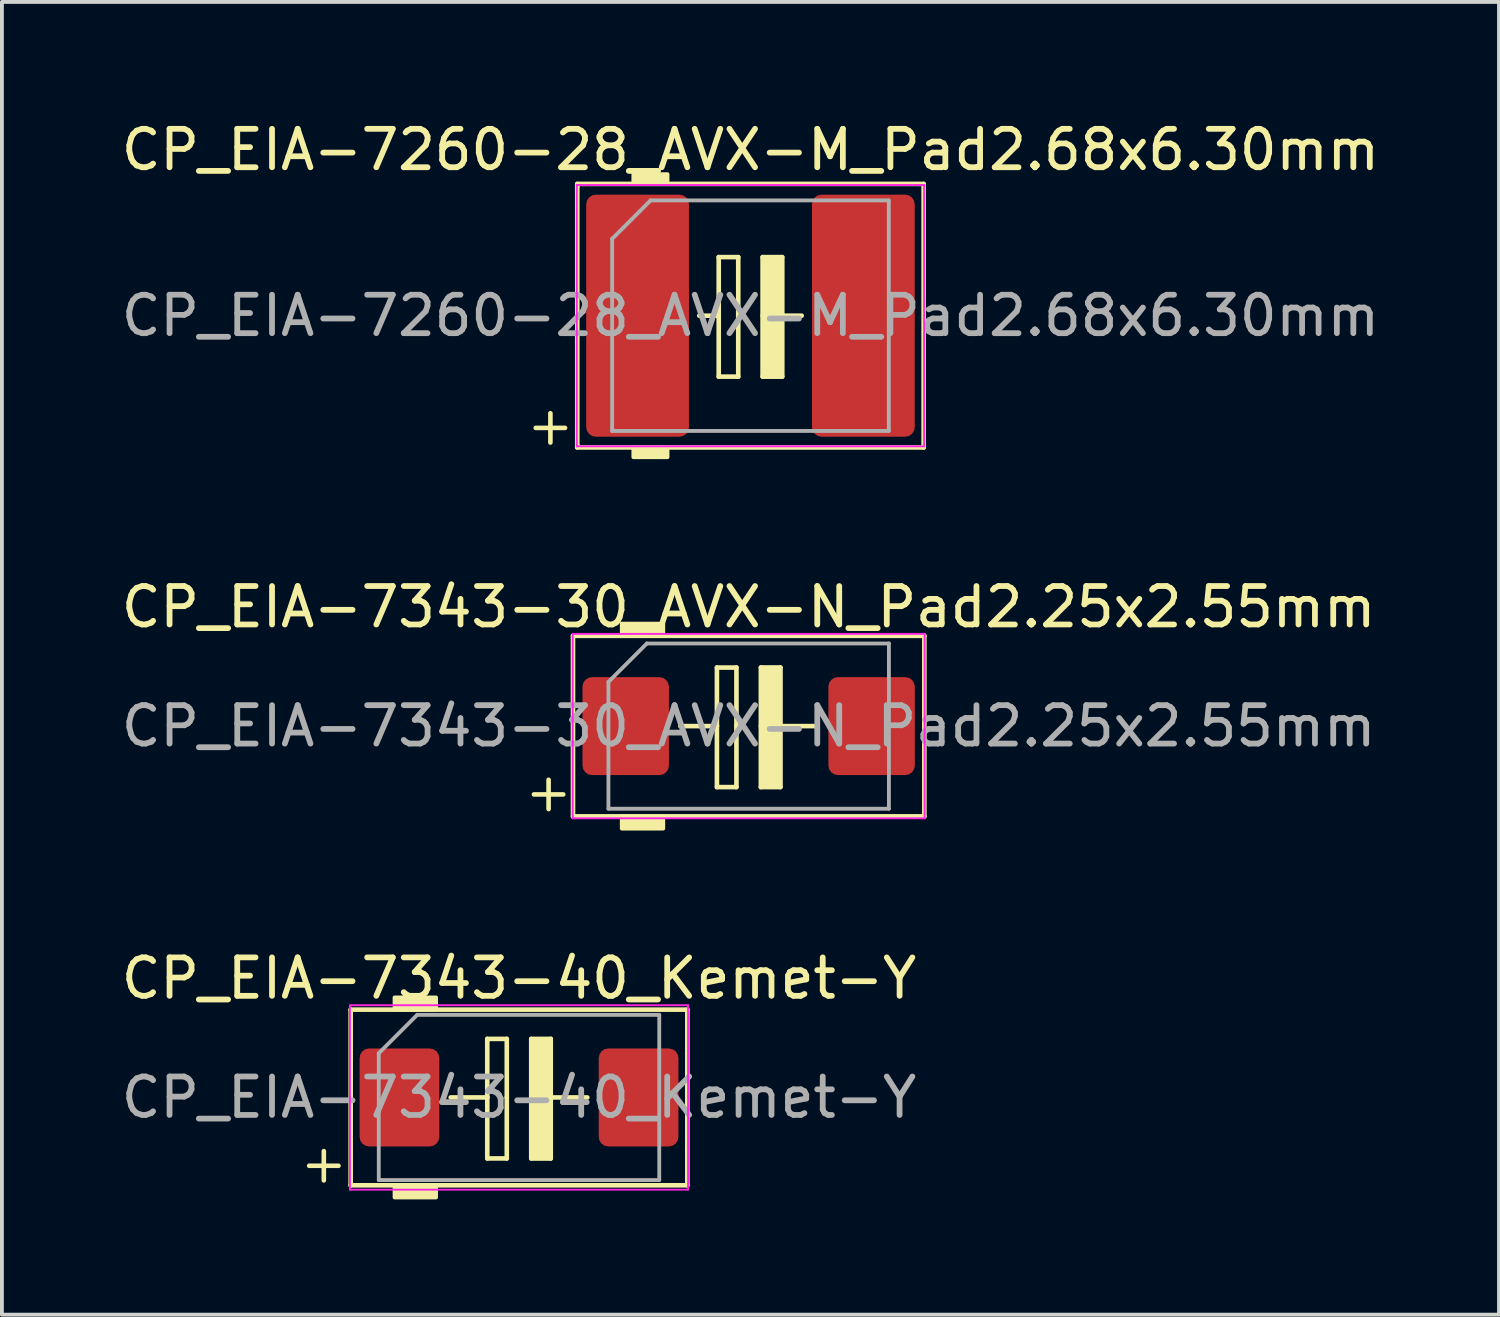
<source format=kicad_pcb>
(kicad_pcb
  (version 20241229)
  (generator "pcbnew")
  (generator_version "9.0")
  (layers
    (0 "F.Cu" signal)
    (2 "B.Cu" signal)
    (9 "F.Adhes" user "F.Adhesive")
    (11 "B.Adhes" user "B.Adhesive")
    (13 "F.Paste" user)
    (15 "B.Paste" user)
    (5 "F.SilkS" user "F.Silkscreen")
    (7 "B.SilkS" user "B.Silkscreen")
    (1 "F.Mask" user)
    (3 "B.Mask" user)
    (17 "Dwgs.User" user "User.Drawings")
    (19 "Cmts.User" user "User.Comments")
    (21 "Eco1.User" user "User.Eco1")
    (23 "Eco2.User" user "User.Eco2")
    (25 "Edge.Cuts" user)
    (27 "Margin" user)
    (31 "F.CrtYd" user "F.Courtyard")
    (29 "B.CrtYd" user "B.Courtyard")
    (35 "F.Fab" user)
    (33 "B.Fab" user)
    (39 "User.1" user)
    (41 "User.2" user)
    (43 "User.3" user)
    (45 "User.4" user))
  (footprint "CP_EIA-7343-40_Kemet-Y"
    (layer "F.Cu")
    (at 10.458 25.513)
    (property "Reference" "CP_EIA-7343-40_Kemet-Y" (at 0 -3.1 0) (layer "F.SilkS") (effects (font (size 1 1) (thickness 0.15))))
    (attr smd)
    (fp_line (start -5.461 1.778) (end -4.699 1.778) (stroke (width 0.12) (type solid)) (layer "F.SilkS"))
    (fp_line (start -5.08 1.397) (end -5.08 2.159) (stroke (width 0.12) (type solid)) (layer "F.SilkS"))
    (fp_line (start -4.381 -2.286) (end -4.381 2.286) (stroke (width 0.12) (type solid)) (layer "F.SilkS"))
    (fp_line (start -4.381 2.286) (end 4.381 2.286) (stroke (width 0.12) (type solid)) (layer "F.SilkS"))
    (fp_line (start -1.778 0) (end -0.826 0) (stroke (width 0.12) (type solid)) (layer "F.SilkS"))
    (fp_line (start -0.826 -1.524) (end -0.826 0) (stroke (width 0.12) (type solid)) (layer "F.SilkS"))
    (fp_line (start -0.826 1.587) (end -0.826 0) (stroke (width 0.12) (type solid)) (layer "F.SilkS"))
    (fp_line (start -0.826 1.587) (end -0.318 1.587) (stroke (width 0.12) (type solid)) (layer "F.SilkS"))
    (fp_line (start -0.318 -1.524) (end -0.826 -1.524) (stroke (width 0.12) (type solid)) (layer "F.SilkS"))
    (fp_line (start -0.318 -1.524) (end -0.318 0) (stroke (width 0.12) (type solid)) (layer "F.SilkS"))
    (fp_line (start -0.318 1.587) (end -0.318 0) (stroke (width 0.12) (type solid)) (layer "F.SilkS"))
    (fp_line (start 0.318 -1.524) (end 0.318 0) (stroke (width 0.12) (type solid)) (layer "F.SilkS"))
    (fp_line (start 0.318 1.587) (end 0.318 0) (stroke (width 0.12) (type solid)) (layer "F.SilkS"))
    (fp_line (start 0.318 1.587) (end 0.826 1.587) (stroke (width 0.12) (type solid)) (layer "F.SilkS"))
    (fp_line (start 0.826 -1.524) (end 0.318 -1.524) (stroke (width 0.12) (type solid)) (layer "F.SilkS"))
    (fp_line (start 0.826 -1.524) (end 0.826 0) (stroke (width 0.12) (type solid)) (layer "F.SilkS"))
    (fp_line (start 0.826 0) (end 1.778 0) (stroke (width 0.12) (type solid)) (layer "F.SilkS"))
    (fp_line (start 0.826 1.587) (end 0.826 0) (stroke (width 0.12) (type solid)) (layer "F.SilkS"))
    (fp_line (start 4.381 -2.286) (end -4.381 -2.286) (stroke (width 0.12) (type solid)) (layer "F.SilkS"))
    (fp_line (start 4.381 2.286) (end 4.381 -2.286) (stroke (width 0.12) (type solid)) (layer "F.SilkS"))
    (fp_poly (pts (xy -2.159 -2.286) (xy -3.239 -2.286) (xy -3.239 -2.603) (xy -2.159 -2.603)) (stroke (width 0.1) (type solid)) (fill yes) (layer "F.SilkS"))
    (fp_poly (pts (xy -2.159 2.603) (xy -3.239 2.603) (xy -3.239 2.286) (xy -2.159 2.286)) (stroke (width 0.1) (type solid)) (fill yes) (layer "F.SilkS"))
    (fp_poly (pts (xy 0.826 1.587) (xy 0.318 1.587) (xy 0.318 -1.524) (xy 0.826 -1.524)) (stroke (width 0.1) (type solid)) (fill yes) (layer "F.SilkS"))
    (fp_line (start -4.4 -2.4) (end 4.4 -2.4) (stroke (width 0.05) (type solid)) (layer "F.CrtYd"))
    (fp_line (start -4.4 2.4) (end -4.4 -2.4) (stroke (width 0.05) (type solid)) (layer "F.CrtYd"))
    (fp_line (start 4.4 -2.4) (end 4.4 2.4) (stroke (width 0.05) (type solid)) (layer "F.CrtYd"))
    (fp_line (start 4.4 2.4) (end -4.4 2.4) (stroke (width 0.05) (type solid)) (layer "F.CrtYd"))
    (fp_line (start -3.65 -1.15) (end -3.65 2.15) (stroke (width 0.1) (type solid)) (layer "F.Fab"))
    (fp_line (start -3.65 2.15) (end 3.65 2.15) (stroke (width 0.1) (type solid)) (layer "F.Fab"))
    (fp_line (start -2.65 -2.15) (end -3.65 -1.15) (stroke (width 0.1) (type solid)) (layer "F.Fab"))
    (fp_line (start 3.65 -2.15) (end -2.65 -2.15) (stroke (width 0.1) (type solid)) (layer "F.Fab"))
    (fp_line (start 3.65 2.15) (end 3.65 -2.15) (stroke (width 0.1) (type solid)) (layer "F.Fab"))
    (fp_text user "${REFERENCE}" (at 0 0 0) (layer "F.Fab") (effects (font (size 1 1) (thickness 0.15))))
    (pad "1" smd roundrect (at -3.112 0) (size 2.075 2.55) (layers "F.Cu" "F.Mask" "F.Paste") (roundrect_rratio 0.12))
    (pad "2" smd roundrect (at 3.112 0) (size 2.075 2.55) (layers "F.Cu" "F.Mask" "F.Paste") (roundrect_rratio 0.12)))
  (footprint "CP_EIA-7343-30_AVX-N_Pad2.25x2.55mm"
    (layer "F.Cu")
    (at 16.435 15.848)
    (property "Reference" "CP_EIA-7343-30_AVX-N_Pad2.25x2.55mm" (at 0 -3.1 0) (layer "F.SilkS") (effects (font (size 1 1) (thickness 0.15))))
    (attr smd)
    (fp_line (start -5.588 1.778) (end -4.826 1.778) (stroke (width 0.12) (type solid)) (layer "F.SilkS"))
    (fp_line (start -5.207 1.397) (end -5.207 2.159) (stroke (width 0.12) (type solid)) (layer "F.SilkS"))
    (fp_line (start -4.572 -2.349) (end -4.572 2.349) (stroke (width 0.12) (type solid)) (layer "F.SilkS"))
    (fp_line (start -4.572 2.349) (end 4.572 2.349) (stroke (width 0.12) (type solid)) (layer "F.SilkS"))
    (fp_line (start -1.778 0) (end -0.826 0) (stroke (width 0.12) (type solid)) (layer "F.SilkS"))
    (fp_line (start -0.826 -1.524) (end -0.826 0) (stroke (width 0.12) (type solid)) (layer "F.SilkS"))
    (fp_line (start -0.826 1.587) (end -0.826 0) (stroke (width 0.12) (type solid)) (layer "F.SilkS"))
    (fp_line (start -0.826 1.587) (end -0.318 1.587) (stroke (width 0.12) (type solid)) (layer "F.SilkS"))
    (fp_line (start -0.318 -1.524) (end -0.826 -1.524) (stroke (width 0.12) (type solid)) (layer "F.SilkS"))
    (fp_line (start -0.318 -1.524) (end -0.318 0) (stroke (width 0.12) (type solid)) (layer "F.SilkS"))
    (fp_line (start -0.318 1.587) (end -0.318 0) (stroke (width 0.12) (type solid)) (layer "F.SilkS"))
    (fp_line (start 0.318 -1.524) (end 0.318 0) (stroke (width 0.12) (type solid)) (layer "F.SilkS"))
    (fp_line (start 0.318 1.587) (end 0.318 0) (stroke (width 0.12) (type solid)) (layer "F.SilkS"))
    (fp_line (start 0.318 1.587) (end 0.826 1.587) (stroke (width 0.12) (type solid)) (layer "F.SilkS"))
    (fp_line (start 0.826 -1.524) (end 0.318 -1.524) (stroke (width 0.12) (type solid)) (layer "F.SilkS"))
    (fp_line (start 0.826 -1.524) (end 0.826 0) (stroke (width 0.12) (type solid)) (layer "F.SilkS"))
    (fp_line (start 0.826 0) (end 1.778 0) (stroke (width 0.12) (type solid)) (layer "F.SilkS"))
    (fp_line (start 0.826 1.587) (end 0.826 0) (stroke (width 0.12) (type solid)) (layer "F.SilkS"))
    (fp_line (start 4.572 -2.349) (end -4.572 -2.349) (stroke (width 0.12) (type solid)) (layer "F.SilkS"))
    (fp_line (start 4.572 2.349) (end 4.572 -2.349) (stroke (width 0.12) (type solid)) (layer "F.SilkS"))
    (fp_poly (pts (xy -2.223 -2.349) (xy -3.302 -2.349) (xy -3.302 -2.667) (xy -2.223 -2.667)) (stroke (width 0.1) (type solid)) (fill yes) (layer "F.SilkS"))
    (fp_poly (pts (xy -2.223 2.667) (xy -3.302 2.667) (xy -3.302 2.349) (xy -2.223 2.349)) (stroke (width 0.1) (type solid)) (fill yes) (layer "F.SilkS"))
    (fp_poly (pts (xy 0.826 1.587) (xy 0.318 1.587) (xy 0.318 -1.524) (xy 0.826 -1.524)) (stroke (width 0.1) (type solid)) (fill yes) (layer "F.SilkS"))
    (fp_line (start -4.58 -2.4) (end 4.58 -2.4) (stroke (width 0.05) (type solid)) (layer "F.CrtYd"))
    (fp_line (start -4.58 2.4) (end -4.58 -2.4) (stroke (width 0.05) (type solid)) (layer "F.CrtYd"))
    (fp_line (start 4.58 -2.4) (end 4.58 2.4) (stroke (width 0.05) (type solid)) (layer "F.CrtYd"))
    (fp_line (start 4.58 2.4) (end -4.58 2.4) (stroke (width 0.05) (type solid)) (layer "F.CrtYd"))
    (fp_line (start -3.65 -1.15) (end -3.65 2.15) (stroke (width 0.1) (type solid)) (layer "F.Fab"))
    (fp_line (start -3.65 2.15) (end 3.65 2.15) (stroke (width 0.1) (type solid)) (layer "F.Fab"))
    (fp_line (start -2.65 -2.15) (end -3.65 -1.15) (stroke (width 0.1) (type solid)) (layer "F.Fab"))
    (fp_line (start 3.65 -2.15) (end -2.65 -2.15) (stroke (width 0.1) (type solid)) (layer "F.Fab"))
    (fp_line (start 3.65 2.15) (end 3.65 -2.15) (stroke (width 0.1) (type solid)) (layer "F.Fab"))
    (fp_text user "${REFERENCE}" (at 0 0 0) (layer "F.Fab") (effects (font (size 1 1) (thickness 0.15))))
    (pad "1" smd roundrect (at -3.2 0) (size 2.25 2.55) (layers "F.Cu" "F.Mask" "F.Paste") (roundrect_rratio 0.111))
    (pad "2" smd roundrect (at 3.2 0) (size 2.25 2.55) (layers "F.Cu" "F.Mask" "F.Paste") (roundrect_rratio 0.111)))
  (footprint "CP_EIA-7260-28_AVX-M_Pad2.68x6.30mm"
    (layer "F.Cu")
    (at 16.482 5.166)
    (property "Reference" "CP_EIA-7260-28_AVX-M_Pad2.68x6.30mm" (at 0 -4.318 0) (layer "F.SilkS") (effects (font (size 1 1) (thickness 0.15))))
    (attr smd)
    (fp_line (start -5.588 2.921) (end -4.826 2.921) (stroke (width 0.12) (type solid)) (layer "F.SilkS"))
    (fp_line (start -5.207 2.54) (end -5.207 3.302) (stroke (width 0.12) (type solid)) (layer "F.SilkS"))
    (fp_line (start -4.508 -3.429) (end -4.508 -3.365) (stroke (width 0.12) (type solid)) (layer "F.SilkS"))
    (fp_line (start -4.508 -3.365) (end -4.508 3.365) (stroke (width 0.12) (type solid)) (layer "F.SilkS"))
    (fp_line (start -4.508 3.365) (end -4.508 3.429) (stroke (width 0.12) (type solid)) (layer "F.SilkS"))
    (fp_line (start -4.508 3.429) (end 4.508 3.429) (stroke (width 0.12) (type solid)) (layer "F.SilkS"))
    (fp_line (start -1.333 0) (end -0.826 0) (stroke (width 0.12) (type solid)) (layer "F.SilkS"))
    (fp_line (start -0.826 -1.524) (end -0.826 0) (stroke (width 0.12) (type solid)) (layer "F.SilkS"))
    (fp_line (start -0.826 1.587) (end -0.826 0) (stroke (width 0.12) (type solid)) (layer "F.SilkS"))
    (fp_line (start -0.826 1.587) (end -0.318 1.587) (stroke (width 0.12) (type solid)) (layer "F.SilkS"))
    (fp_line (start -0.318 -1.524) (end -0.826 -1.524) (stroke (width 0.12) (type solid)) (layer "F.SilkS"))
    (fp_line (start -0.318 -1.524) (end -0.318 0) (stroke (width 0.12) (type solid)) (layer "F.SilkS"))
    (fp_line (start -0.318 1.587) (end -0.318 0) (stroke (width 0.12) (type solid)) (layer "F.SilkS"))
    (fp_line (start 0.318 -1.524) (end 0.318 0) (stroke (width 0.12) (type solid)) (layer "F.SilkS"))
    (fp_line (start 0.318 1.587) (end 0.318 0) (stroke (width 0.12) (type solid)) (layer "F.SilkS"))
    (fp_line (start 0.318 1.587) (end 0.826 1.587) (stroke (width 0.12) (type solid)) (layer "F.SilkS"))
    (fp_line (start 0.826 -1.524) (end 0.318 -1.524) (stroke (width 0.12) (type solid)) (layer "F.SilkS"))
    (fp_line (start 0.826 -1.524) (end 0.826 0) (stroke (width 0.12) (type solid)) (layer "F.SilkS"))
    (fp_line (start 0.826 0) (end 1.333 0) (stroke (width 0.12) (type solid)) (layer "F.SilkS"))
    (fp_line (start 0.826 1.587) (end 0.826 0) (stroke (width 0.12) (type solid)) (layer "F.SilkS"))
    (fp_line (start 4.508 -3.429) (end -4.508 -3.429) (stroke (width 0.12) (type solid)) (layer "F.SilkS"))
    (fp_line (start 4.508 3.429) (end 4.508 -3.429) (stroke (width 0.12) (type solid)) (layer "F.SilkS"))
    (fp_poly (pts (xy -2.159 -3.429) (xy -3.048 -3.429) (xy -3.048 -3.683) (xy -2.159 -3.683)) (stroke (width 0.1) (type solid)) (fill yes) (layer "F.SilkS"))
    (fp_poly (pts (xy -2.159 3.683) (xy -3.048 3.683) (xy -3.048 3.429) (xy -2.159 3.429)) (stroke (width 0.1) (type solid)) (fill yes) (layer "F.SilkS"))
    (fp_poly (pts (xy 0.826 1.587) (xy 0.318 1.587) (xy 0.318 -1.524) (xy 0.826 -1.524)) (stroke (width 0.1) (type solid)) (fill yes) (layer "F.SilkS"))
    (fp_line (start -4.52 -3.4) (end 4.52 -3.4) (stroke (width 0.05) (type solid)) (layer "F.CrtYd"))
    (fp_line (start -4.52 3.4) (end -4.52 -3.4) (stroke (width 0.05) (type solid)) (layer "F.CrtYd"))
    (fp_line (start 4.52 -3.4) (end 4.52 3.4) (stroke (width 0.05) (type solid)) (layer "F.CrtYd"))
    (fp_line (start 4.52 3.4) (end -4.52 3.4) (stroke (width 0.05) (type solid)) (layer "F.CrtYd"))
    (fp_line (start -3.6 -2) (end -3.6 3) (stroke (width 0.1) (type solid)) (layer "F.Fab"))
    (fp_line (start -3.6 3) (end 3.6 3) (stroke (width 0.1) (type solid)) (layer "F.Fab"))
    (fp_line (start -2.6 -3) (end -3.6 -2) (stroke (width 0.1) (type solid)) (layer "F.Fab"))
    (fp_line (start 3.6 -3) (end -2.6 -3) (stroke (width 0.1) (type solid)) (layer "F.Fab"))
    (fp_line (start 3.6 3) (end 3.6 -3) (stroke (width 0.1) (type solid)) (layer "F.Fab"))
    (fp_text user "${REFERENCE}" (at 0 0 0) (layer "F.Fab") (effects (font (size 1 1) (thickness 0.15))))
    (pad "1" smd roundrect (at -2.938 0) (size 2.675 6.3) (layers "F.Cu" "F.Mask" "F.Paste") (roundrect_rratio 0.093))
    (pad "2" smd roundrect (at 2.938 0) (size 2.675 6.3) (layers "F.Cu" "F.Mask" "F.Paste") (roundrect_rratio 0.093)))
  (gr_rect
    (start -3 -3)
    (end 35.964 31.166)
    (stroke (width 0.1) (type default))
    (fill no)
    (layer "Edge.Cuts")))
</source>
